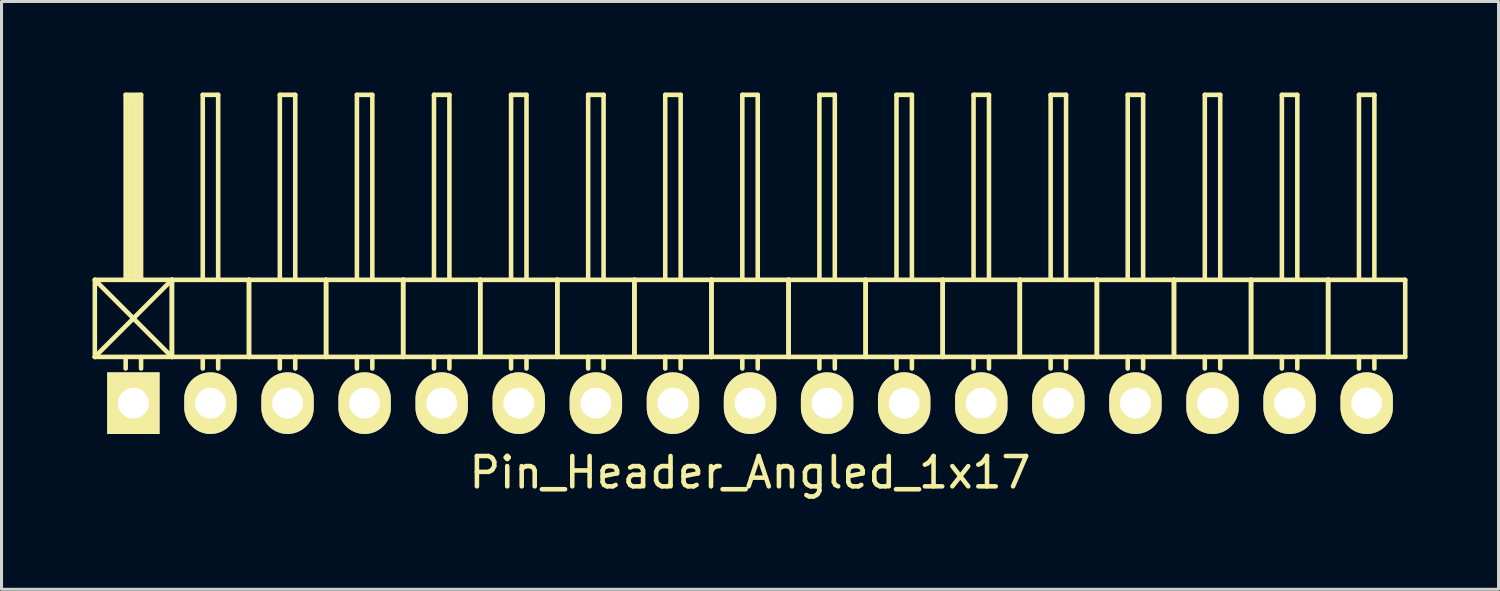
<source format=kicad_pcb>
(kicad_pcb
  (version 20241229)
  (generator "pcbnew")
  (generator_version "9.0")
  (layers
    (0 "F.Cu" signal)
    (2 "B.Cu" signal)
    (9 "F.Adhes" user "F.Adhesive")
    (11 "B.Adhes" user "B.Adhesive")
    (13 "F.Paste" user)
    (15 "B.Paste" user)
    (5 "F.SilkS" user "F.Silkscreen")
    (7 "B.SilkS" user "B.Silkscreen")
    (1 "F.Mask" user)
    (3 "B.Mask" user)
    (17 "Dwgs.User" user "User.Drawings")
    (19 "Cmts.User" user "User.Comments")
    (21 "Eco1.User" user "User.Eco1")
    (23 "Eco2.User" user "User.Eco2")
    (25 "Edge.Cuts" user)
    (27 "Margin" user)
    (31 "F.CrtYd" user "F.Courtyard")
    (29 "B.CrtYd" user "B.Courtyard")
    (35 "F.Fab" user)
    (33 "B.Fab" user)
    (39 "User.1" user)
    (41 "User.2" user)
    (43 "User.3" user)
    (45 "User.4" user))
  (footprint "Pin_Header_Angled_1x17"
    (layer "F.Cu")
    (at 21.665 10.235)
    (property "Reference" "Pin_Header_Angled_1x17" (at 0 2.286 0) (layer "F.SilkS") (effects (font (size 1 1) (thickness 0.15))))
    (attr through_hole)
    (fp_line (start -21.59 -4.064) (end -19.05 -1.524) (stroke (width 0.15) (type solid)) (layer "F.SilkS"))
    (fp_line (start -21.59 -1.524) (end -21.59 -4.064) (stroke (width 0.15) (type solid)) (layer "F.SilkS"))
    (fp_line (start -21.59 -1.524) (end -19.05 -1.524) (stroke (width 0.15) (type solid)) (layer "F.SilkS"))
    (fp_line (start -20.574 -10.16) (end -20.066 -10.16) (stroke (width 0.15) (type solid)) (layer "F.SilkS"))
    (fp_line (start -20.574 -4.064) (end -20.574 -10.16) (stroke (width 0.15) (type solid)) (layer "F.SilkS"))
    (fp_line (start -20.574 -1.524) (end -20.574 -1.143) (stroke (width 0.15) (type solid)) (layer "F.SilkS"))
    (fp_line (start -20.447 -10.033) (end -20.193 -10.033) (stroke (width 0.15) (type solid)) (layer "F.SilkS"))
    (fp_line (start -20.447 -4.191) (end -20.447 -10.033) (stroke (width 0.15) (type solid)) (layer "F.SilkS"))
    (fp_line (start -20.32 -4.191) (end -20.32 -10.033) (stroke (width 0.15) (type solid)) (layer "F.SilkS"))
    (fp_line (start -20.193 -10.033) (end -20.193 -4.191) (stroke (width 0.15) (type solid)) (layer "F.SilkS"))
    (fp_line (start -20.193 -4.191) (end -20.32 -4.191) (stroke (width 0.15) (type solid)) (layer "F.SilkS"))
    (fp_line (start -20.066 -10.16) (end -20.066 -4.064) (stroke (width 0.15) (type solid)) (layer "F.SilkS"))
    (fp_line (start -20.066 -1.524) (end -20.066 -1.143) (stroke (width 0.15) (type solid)) (layer "F.SilkS"))
    (fp_line (start -19.05 -4.064) (end -21.59 -4.064) (stroke (width 0.15) (type solid)) (layer "F.SilkS"))
    (fp_line (start -19.05 -4.064) (end -21.59 -1.524) (stroke (width 0.15) (type solid)) (layer "F.SilkS"))
    (fp_line (start -19.05 -1.524) (end -19.05 -4.064) (stroke (width 0.15) (type solid)) (layer "F.SilkS"))
    (fp_line (start -19.05 -1.524) (end -19.05 -4.064) (stroke (width 0.15) (type solid)) (layer "F.SilkS"))
    (fp_line (start -19.05 -1.524) (end -16.51 -1.524) (stroke (width 0.15) (type solid)) (layer "F.SilkS"))
    (fp_line (start -18.034 -10.16) (end -17.526 -10.16) (stroke (width 0.15) (type solid)) (layer "F.SilkS"))
    (fp_line (start -18.034 -4.064) (end -18.034 -10.16) (stroke (width 0.15) (type solid)) (layer "F.SilkS"))
    (fp_line (start -18.034 -1.524) (end -18.034 -1.143) (stroke (width 0.15) (type solid)) (layer "F.SilkS"))
    (fp_line (start -17.526 -10.16) (end -17.526 -4.064) (stroke (width 0.15) (type solid)) (layer "F.SilkS"))
    (fp_line (start -17.526 -1.524) (end -17.526 -1.143) (stroke (width 0.15) (type solid)) (layer "F.SilkS"))
    (fp_line (start -16.51 -4.064) (end -19.05 -4.064) (stroke (width 0.15) (type solid)) (layer "F.SilkS"))
    (fp_line (start -16.51 -1.524) (end -16.51 -4.064) (stroke (width 0.15) (type solid)) (layer "F.SilkS"))
    (fp_line (start -16.51 -1.524) (end -16.51 -4.064) (stroke (width 0.15) (type solid)) (layer "F.SilkS"))
    (fp_line (start -16.51 -1.524) (end -13.97 -1.524) (stroke (width 0.15) (type solid)) (layer "F.SilkS"))
    (fp_line (start -15.494 -10.16) (end -14.986 -10.16) (stroke (width 0.15) (type solid)) (layer "F.SilkS"))
    (fp_line (start -15.494 -4.064) (end -15.494 -10.16) (stroke (width 0.15) (type solid)) (layer "F.SilkS"))
    (fp_line (start -15.494 -1.524) (end -15.494 -1.143) (stroke (width 0.15) (type solid)) (layer "F.SilkS"))
    (fp_line (start -14.986 -10.16) (end -14.986 -4.064) (stroke (width 0.15) (type solid)) (layer "F.SilkS"))
    (fp_line (start -14.986 -1.524) (end -14.986 -1.143) (stroke (width 0.15) (type solid)) (layer "F.SilkS"))
    (fp_line (start -13.97 -4.064) (end -16.51 -4.064) (stroke (width 0.15) (type solid)) (layer "F.SilkS"))
    (fp_line (start -13.97 -1.524) (end -13.97 -4.064) (stroke (width 0.15) (type solid)) (layer "F.SilkS"))
    (fp_line (start -13.97 -1.524) (end -13.97 -4.064) (stroke (width 0.15) (type solid)) (layer "F.SilkS"))
    (fp_line (start -13.97 -1.524) (end -11.43 -1.524) (stroke (width 0.15) (type solid)) (layer "F.SilkS"))
    (fp_line (start -12.954 -10.16) (end -12.446 -10.16) (stroke (width 0.15) (type solid)) (layer "F.SilkS"))
    (fp_line (start -12.954 -4.064) (end -12.954 -10.16) (stroke (width 0.15) (type solid)) (layer "F.SilkS"))
    (fp_line (start -12.954 -1.524) (end -12.954 -1.143) (stroke (width 0.15) (type solid)) (layer "F.SilkS"))
    (fp_line (start -12.446 -10.16) (end -12.446 -4.064) (stroke (width 0.15) (type solid)) (layer "F.SilkS"))
    (fp_line (start -12.446 -1.524) (end -12.446 -1.143) (stroke (width 0.15) (type solid)) (layer "F.SilkS"))
    (fp_line (start -11.43 -4.064) (end -13.97 -4.064) (stroke (width 0.15) (type solid)) (layer "F.SilkS"))
    (fp_line (start -11.43 -1.524) (end -11.43 -4.064) (stroke (width 0.15) (type solid)) (layer "F.SilkS"))
    (fp_line (start -11.43 -1.524) (end -11.43 -4.064) (stroke (width 0.15) (type solid)) (layer "F.SilkS"))
    (fp_line (start -11.43 -1.524) (end -8.89 -1.524) (stroke (width 0.15) (type solid)) (layer "F.SilkS"))
    (fp_line (start -10.414 -10.16) (end -9.906 -10.16) (stroke (width 0.15) (type solid)) (layer "F.SilkS"))
    (fp_line (start -10.414 -4.064) (end -10.414 -10.16) (stroke (width 0.15) (type solid)) (layer "F.SilkS"))
    (fp_line (start -10.414 -1.524) (end -10.414 -1.143) (stroke (width 0.15) (type solid)) (layer "F.SilkS"))
    (fp_line (start -9.906 -10.16) (end -9.906 -4.064) (stroke (width 0.15) (type solid)) (layer "F.SilkS"))
    (fp_line (start -9.906 -1.524) (end -9.906 -1.143) (stroke (width 0.15) (type solid)) (layer "F.SilkS"))
    (fp_line (start -8.89 -4.064) (end -11.43 -4.064) (stroke (width 0.15) (type solid)) (layer "F.SilkS"))
    (fp_line (start -8.89 -1.524) (end -8.89 -4.064) (stroke (width 0.15) (type solid)) (layer "F.SilkS"))
    (fp_line (start -8.89 -1.524) (end -8.89 -4.064) (stroke (width 0.15) (type solid)) (layer "F.SilkS"))
    (fp_line (start -8.89 -1.524) (end -6.35 -1.524) (stroke (width 0.15) (type solid)) (layer "F.SilkS"))
    (fp_line (start -7.874 -10.16) (end -7.366 -10.16) (stroke (width 0.15) (type solid)) (layer "F.SilkS"))
    (fp_line (start -7.874 -4.064) (end -7.874 -10.16) (stroke (width 0.15) (type solid)) (layer "F.SilkS"))
    (fp_line (start -7.874 -1.524) (end -7.874 -1.143) (stroke (width 0.15) (type solid)) (layer "F.SilkS"))
    (fp_line (start -7.366 -10.16) (end -7.366 -4.064) (stroke (width 0.15) (type solid)) (layer "F.SilkS"))
    (fp_line (start -7.366 -1.524) (end -7.366 -1.143) (stroke (width 0.15) (type solid)) (layer "F.SilkS"))
    (fp_line (start -6.35 -4.064) (end -8.89 -4.064) (stroke (width 0.15) (type solid)) (layer "F.SilkS"))
    (fp_line (start -6.35 -1.524) (end -6.35 -4.064) (stroke (width 0.15) (type solid)) (layer "F.SilkS"))
    (fp_line (start -6.35 -1.524) (end -6.35 -4.064) (stroke (width 0.15) (type solid)) (layer "F.SilkS"))
    (fp_line (start -6.35 -1.524) (end -3.81 -1.524) (stroke (width 0.15) (type solid)) (layer "F.SilkS"))
    (fp_line (start -5.334 -10.16) (end -4.826 -10.16) (stroke (width 0.15) (type solid)) (layer "F.SilkS"))
    (fp_line (start -5.334 -4.064) (end -5.334 -10.16) (stroke (width 0.15) (type solid)) (layer "F.SilkS"))
    (fp_line (start -5.334 -1.524) (end -5.334 -1.143) (stroke (width 0.15) (type solid)) (layer "F.SilkS"))
    (fp_line (start -4.826 -10.16) (end -4.826 -4.064) (stroke (width 0.15) (type solid)) (layer "F.SilkS"))
    (fp_line (start -4.826 -1.524) (end -4.826 -1.143) (stroke (width 0.15) (type solid)) (layer "F.SilkS"))
    (fp_line (start -3.81 -4.064) (end -6.35 -4.064) (stroke (width 0.15) (type solid)) (layer "F.SilkS"))
    (fp_line (start -3.81 -1.524) (end -3.81 -4.064) (stroke (width 0.15) (type solid)) (layer "F.SilkS"))
    (fp_line (start -3.81 -1.524) (end -3.81 -4.064) (stroke (width 0.15) (type solid)) (layer "F.SilkS"))
    (fp_line (start -3.81 -1.524) (end -1.27 -1.524) (stroke (width 0.15) (type solid)) (layer "F.SilkS"))
    (fp_line (start -2.794 -10.16) (end -2.286 -10.16) (stroke (width 0.15) (type solid)) (layer "F.SilkS"))
    (fp_line (start -2.794 -4.064) (end -2.794 -10.16) (stroke (width 0.15) (type solid)) (layer "F.SilkS"))
    (fp_line (start -2.794 -1.524) (end -2.794 -1.143) (stroke (width 0.15) (type solid)) (layer "F.SilkS"))
    (fp_line (start -2.286 -10.16) (end -2.286 -4.064) (stroke (width 0.15) (type solid)) (layer "F.SilkS"))
    (fp_line (start -2.286 -1.524) (end -2.286 -1.143) (stroke (width 0.15) (type solid)) (layer "F.SilkS"))
    (fp_line (start -1.27 -4.064) (end -3.81 -4.064) (stroke (width 0.15) (type solid)) (layer "F.SilkS"))
    (fp_line (start -1.27 -1.524) (end -1.27 -4.064) (stroke (width 0.15) (type solid)) (layer "F.SilkS"))
    (fp_line (start -1.27 -1.524) (end -1.27 -4.064) (stroke (width 0.15) (type solid)) (layer "F.SilkS"))
    (fp_line (start -1.27 -1.524) (end 1.27 -1.524) (stroke (width 0.15) (type solid)) (layer "F.SilkS"))
    (fp_line (start -0.254 -10.16) (end 0.254 -10.16) (stroke (width 0.15) (type solid)) (layer "F.SilkS"))
    (fp_line (start -0.254 -4.064) (end -0.254 -10.16) (stroke (width 0.15) (type solid)) (layer "F.SilkS"))
    (fp_line (start -0.254 -1.524) (end -0.254 -1.143) (stroke (width 0.15) (type solid)) (layer "F.SilkS"))
    (fp_line (start 0.254 -10.16) (end 0.254 -4.064) (stroke (width 0.15) (type solid)) (layer "F.SilkS"))
    (fp_line (start 0.254 -1.524) (end 0.254 -1.143) (stroke (width 0.15) (type solid)) (layer "F.SilkS"))
    (fp_line (start 1.27 -4.064) (end -1.27 -4.064) (stroke (width 0.15) (type solid)) (layer "F.SilkS"))
    (fp_line (start 1.27 -1.524) (end 1.27 -4.064) (stroke (width 0.15) (type solid)) (layer "F.SilkS"))
    (fp_line (start 1.27 -1.524) (end 1.27 -4.064) (stroke (width 0.15) (type solid)) (layer "F.SilkS"))
    (fp_line (start 1.27 -1.524) (end 3.81 -1.524) (stroke (width 0.15) (type solid)) (layer "F.SilkS"))
    (fp_line (start 2.286 -10.16) (end 2.794 -10.16) (stroke (width 0.15) (type solid)) (layer "F.SilkS"))
    (fp_line (start 2.286 -4.064) (end 2.286 -10.16) (stroke (width 0.15) (type solid)) (layer "F.SilkS"))
    (fp_line (start 2.286 -1.524) (end 2.286 -1.143) (stroke (width 0.15) (type solid)) (layer "F.SilkS"))
    (fp_line (start 2.794 -10.16) (end 2.794 -4.064) (stroke (width 0.15) (type solid)) (layer "F.SilkS"))
    (fp_line (start 2.794 -1.524) (end 2.794 -1.143) (stroke (width 0.15) (type solid)) (layer "F.SilkS"))
    (fp_line (start 3.81 -4.064) (end 1.27 -4.064) (stroke (width 0.15) (type solid)) (layer "F.SilkS"))
    (fp_line (start 3.81 -1.524) (end 3.81 -4.064) (stroke (width 0.15) (type solid)) (layer "F.SilkS"))
    (fp_line (start 3.81 -1.524) (end 3.81 -4.064) (stroke (width 0.15) (type solid)) (layer "F.SilkS"))
    (fp_line (start 3.81 -1.524) (end 6.35 -1.524) (stroke (width 0.15) (type solid)) (layer "F.SilkS"))
    (fp_line (start 4.826 -10.16) (end 5.334 -10.16) (stroke (width 0.15) (type solid)) (layer "F.SilkS"))
    (fp_line (start 4.826 -4.064) (end 4.826 -10.16) (stroke (width 0.15) (type solid)) (layer "F.SilkS"))
    (fp_line (start 4.826 -1.524) (end 4.826 -1.143) (stroke (width 0.15) (type solid)) (layer "F.SilkS"))
    (fp_line (start 5.334 -10.16) (end 5.334 -4.064) (stroke (width 0.15) (type solid)) (layer "F.SilkS"))
    (fp_line (start 5.334 -1.524) (end 5.334 -1.143) (stroke (width 0.15) (type solid)) (layer "F.SilkS"))
    (fp_line (start 6.35 -4.064) (end 3.81 -4.064) (stroke (width 0.15) (type solid)) (layer "F.SilkS"))
    (fp_line (start 6.35 -1.524) (end 6.35 -4.064) (stroke (width 0.15) (type solid)) (layer "F.SilkS"))
    (fp_line (start 6.35 -1.524) (end 6.35 -4.064) (stroke (width 0.15) (type solid)) (layer "F.SilkS"))
    (fp_line (start 6.35 -1.524) (end 8.89 -1.524) (stroke (width 0.15) (type solid)) (layer "F.SilkS"))
    (fp_line (start 7.366 -10.16) (end 7.874 -10.16) (stroke (width 0.15) (type solid)) (layer "F.SilkS"))
    (fp_line (start 7.366 -4.064) (end 7.366 -10.16) (stroke (width 0.15) (type solid)) (layer "F.SilkS"))
    (fp_line (start 7.366 -1.524) (end 7.366 -1.143) (stroke (width 0.15) (type solid)) (layer "F.SilkS"))
    (fp_line (start 7.874 -10.16) (end 7.874 -4.064) (stroke (width 0.15) (type solid)) (layer "F.SilkS"))
    (fp_line (start 7.874 -1.524) (end 7.874 -1.143) (stroke (width 0.15) (type solid)) (layer "F.SilkS"))
    (fp_line (start 8.89 -4.064) (end 6.35 -4.064) (stroke (width 0.15) (type solid)) (layer "F.SilkS"))
    (fp_line (start 8.89 -1.524) (end 8.89 -4.064) (stroke (width 0.15) (type solid)) (layer "F.SilkS"))
    (fp_line (start 8.89 -1.524) (end 8.89 -4.064) (stroke (width 0.15) (type solid)) (layer "F.SilkS"))
    (fp_line (start 8.89 -1.524) (end 11.43 -1.524) (stroke (width 0.15) (type solid)) (layer "F.SilkS"))
    (fp_line (start 9.906 -10.16) (end 10.414 -10.16) (stroke (width 0.15) (type solid)) (layer "F.SilkS"))
    (fp_line (start 9.906 -4.064) (end 9.906 -10.16) (stroke (width 0.15) (type solid)) (layer "F.SilkS"))
    (fp_line (start 9.906 -1.524) (end 9.906 -1.143) (stroke (width 0.15) (type solid)) (layer "F.SilkS"))
    (fp_line (start 10.414 -10.16) (end 10.414 -4.064) (stroke (width 0.15) (type solid)) (layer "F.SilkS"))
    (fp_line (start 10.414 -1.524) (end 10.414 -1.143) (stroke (width 0.15) (type solid)) (layer "F.SilkS"))
    (fp_line (start 11.43 -4.064) (end 8.89 -4.064) (stroke (width 0.15) (type solid)) (layer "F.SilkS"))
    (fp_line (start 11.43 -1.524) (end 11.43 -4.064) (stroke (width 0.15) (type solid)) (layer "F.SilkS"))
    (fp_line (start 11.43 -1.524) (end 11.43 -4.064) (stroke (width 0.15) (type solid)) (layer "F.SilkS"))
    (fp_line (start 11.43 -1.524) (end 13.97 -1.524) (stroke (width 0.15) (type solid)) (layer "F.SilkS"))
    (fp_line (start 12.446 -10.16) (end 12.954 -10.16) (stroke (width 0.15) (type solid)) (layer "F.SilkS"))
    (fp_line (start 12.446 -4.064) (end 12.446 -10.16) (stroke (width 0.15) (type solid)) (layer "F.SilkS"))
    (fp_line (start 12.446 -1.524) (end 12.446 -1.143) (stroke (width 0.15) (type solid)) (layer "F.SilkS"))
    (fp_line (start 12.954 -10.16) (end 12.954 -4.064) (stroke (width 0.15) (type solid)) (layer "F.SilkS"))
    (fp_line (start 12.954 -1.524) (end 12.954 -1.143) (stroke (width 0.15) (type solid)) (layer "F.SilkS"))
    (fp_line (start 13.97 -4.064) (end 11.43 -4.064) (stroke (width 0.15) (type solid)) (layer "F.SilkS"))
    (fp_line (start 13.97 -1.524) (end 13.97 -4.064) (stroke (width 0.15) (type solid)) (layer "F.SilkS"))
    (fp_line (start 13.97 -1.524) (end 13.97 -4.064) (stroke (width 0.15) (type solid)) (layer "F.SilkS"))
    (fp_line (start 13.97 -1.524) (end 16.51 -1.524) (stroke (width 0.15) (type solid)) (layer "F.SilkS"))
    (fp_line (start 14.986 -10.16) (end 15.494 -10.16) (stroke (width 0.15) (type solid)) (layer "F.SilkS"))
    (fp_line (start 14.986 -4.064) (end 14.986 -10.16) (stroke (width 0.15) (type solid)) (layer "F.SilkS"))
    (fp_line (start 14.986 -1.524) (end 14.986 -1.143) (stroke (width 0.15) (type solid)) (layer "F.SilkS"))
    (fp_line (start 15.494 -10.16) (end 15.494 -4.064) (stroke (width 0.15) (type solid)) (layer "F.SilkS"))
    (fp_line (start 15.494 -1.524) (end 15.494 -1.143) (stroke (width 0.15) (type solid)) (layer "F.SilkS"))
    (fp_line (start 16.51 -4.064) (end 13.97 -4.064) (stroke (width 0.15) (type solid)) (layer "F.SilkS"))
    (fp_line (start 16.51 -1.524) (end 16.51 -4.064) (stroke (width 0.15) (type solid)) (layer "F.SilkS"))
    (fp_line (start 16.51 -1.524) (end 16.51 -4.064) (stroke (width 0.15) (type solid)) (layer "F.SilkS"))
    (fp_line (start 16.51 -1.524) (end 19.05 -1.524) (stroke (width 0.15) (type solid)) (layer "F.SilkS"))
    (fp_line (start 17.526 -10.16) (end 18.034 -10.16) (stroke (width 0.15) (type solid)) (layer "F.SilkS"))
    (fp_line (start 17.526 -4.064) (end 17.526 -10.16) (stroke (width 0.15) (type solid)) (layer "F.SilkS"))
    (fp_line (start 17.526 -1.524) (end 17.526 -1.143) (stroke (width 0.15) (type solid)) (layer "F.SilkS"))
    (fp_line (start 18.034 -10.16) (end 18.034 -4.064) (stroke (width 0.15) (type solid)) (layer "F.SilkS"))
    (fp_line (start 18.034 -1.524) (end 18.034 -1.143) (stroke (width 0.15) (type solid)) (layer "F.SilkS"))
    (fp_line (start 19.05 -4.064) (end 16.51 -4.064) (stroke (width 0.15) (type solid)) (layer "F.SilkS"))
    (fp_line (start 19.05 -1.524) (end 19.05 -4.064) (stroke (width 0.15) (type solid)) (layer "F.SilkS"))
    (fp_line (start 19.05 -1.524) (end 19.05 -4.064) (stroke (width 0.15) (type solid)) (layer "F.SilkS"))
    (fp_line (start 19.05 -1.524) (end 21.59 -1.524) (stroke (width 0.15) (type solid)) (layer "F.SilkS"))
    (fp_line (start 20.066 -10.16) (end 20.574 -10.16) (stroke (width 0.15) (type solid)) (layer "F.SilkS"))
    (fp_line (start 20.066 -4.064) (end 20.066 -10.16) (stroke (width 0.15) (type solid)) (layer "F.SilkS"))
    (fp_line (start 20.066 -1.524) (end 20.066 -1.143) (stroke (width 0.15) (type solid)) (layer "F.SilkS"))
    (fp_line (start 20.574 -10.16) (end 20.574 -4.064) (stroke (width 0.15) (type solid)) (layer "F.SilkS"))
    (fp_line (start 20.574 -1.524) (end 20.574 -1.143) (stroke (width 0.15) (type solid)) (layer "F.SilkS"))
    (fp_line (start 21.59 -4.064) (end 19.05 -4.064) (stroke (width 0.15) (type solid)) (layer "F.SilkS"))
    (fp_line (start 21.59 -1.524) (end 21.59 -4.064) (stroke (width 0.15) (type solid)) (layer "F.SilkS"))
    (pad "1" thru_hole rect (at -20.32 0) (size 1.727 2.032) (drill 1.016) (layers "*.Cu" "*.Mask" "F.SilkS"))
    (pad "2" thru_hole oval (at -17.78 0) (size 1.727 2.032) (drill 1.016) (layers "*.Cu" "*.Mask" "F.SilkS"))
    (pad "3" thru_hole oval (at -15.24 0) (size 1.727 2.032) (drill 1.016) (layers "*.Cu" "*.Mask" "F.SilkS"))
    (pad "4" thru_hole oval (at -12.7 0) (size 1.727 2.032) (drill 1.016) (layers "*.Cu" "*.Mask" "F.SilkS"))
    (pad "5" thru_hole oval (at -10.16 0) (size 1.727 2.032) (drill 1.016) (layers "*.Cu" "*.Mask" "F.SilkS"))
    (pad "6" thru_hole oval (at -7.62 0) (size 1.727 2.032) (drill 1.016) (layers "*.Cu" "*.Mask" "F.SilkS"))
    (pad "7" thru_hole oval (at -5.08 0) (size 1.727 2.032) (drill 1.016) (layers "*.Cu" "*.Mask" "F.SilkS"))
    (pad "8" thru_hole oval (at -2.54 0) (size 1.727 2.032) (drill 1.016) (layers "*.Cu" "*.Mask" "F.SilkS"))
    (pad "9" thru_hole oval (at 0 0) (size 1.727 2.032) (drill 1.016) (layers "*.Cu" "*.Mask" "F.SilkS"))
    (pad "10" thru_hole oval (at 2.54 0) (size 1.727 2.032) (drill 1.016) (layers "*.Cu" "*.Mask" "F.SilkS"))
    (pad "11" thru_hole oval (at 5.08 0) (size 1.727 2.032) (drill 1.016) (layers "*.Cu" "*.Mask" "F.SilkS"))
    (pad "12" thru_hole oval (at 7.62 0) (size 1.727 2.032) (drill 1.016) (layers "*.Cu" "*.Mask" "F.SilkS"))
    (pad "13" thru_hole oval (at 10.16 0) (size 1.727 2.032) (drill 1.016) (layers "*.Cu" "*.Mask" "F.SilkS"))
    (pad "14" thru_hole oval (at 12.7 0) (size 1.727 2.032) (drill 1.016) (layers "*.Cu" "*.Mask" "F.SilkS"))
    (pad "15" thru_hole oval (at 15.24 0) (size 1.727 2.032) (drill 1.016) (layers "*.Cu" "*.Mask" "F.SilkS"))
    (pad "16" thru_hole oval (at 17.78 0) (size 1.727 2.032) (drill 1.016) (layers "*.Cu" "*.Mask" "F.SilkS"))
    (pad "17" thru_hole oval (at 20.32 0) (size 1.727 2.032) (drill 1.016) (layers "*.Cu" "*.Mask" "F.SilkS")))
  (gr_rect
    (start -3 -3)
    (end 46.33 16.369)
    (stroke (width 0.1) (type default))
    (fill no)
    (layer "Edge.Cuts")))
</source>
